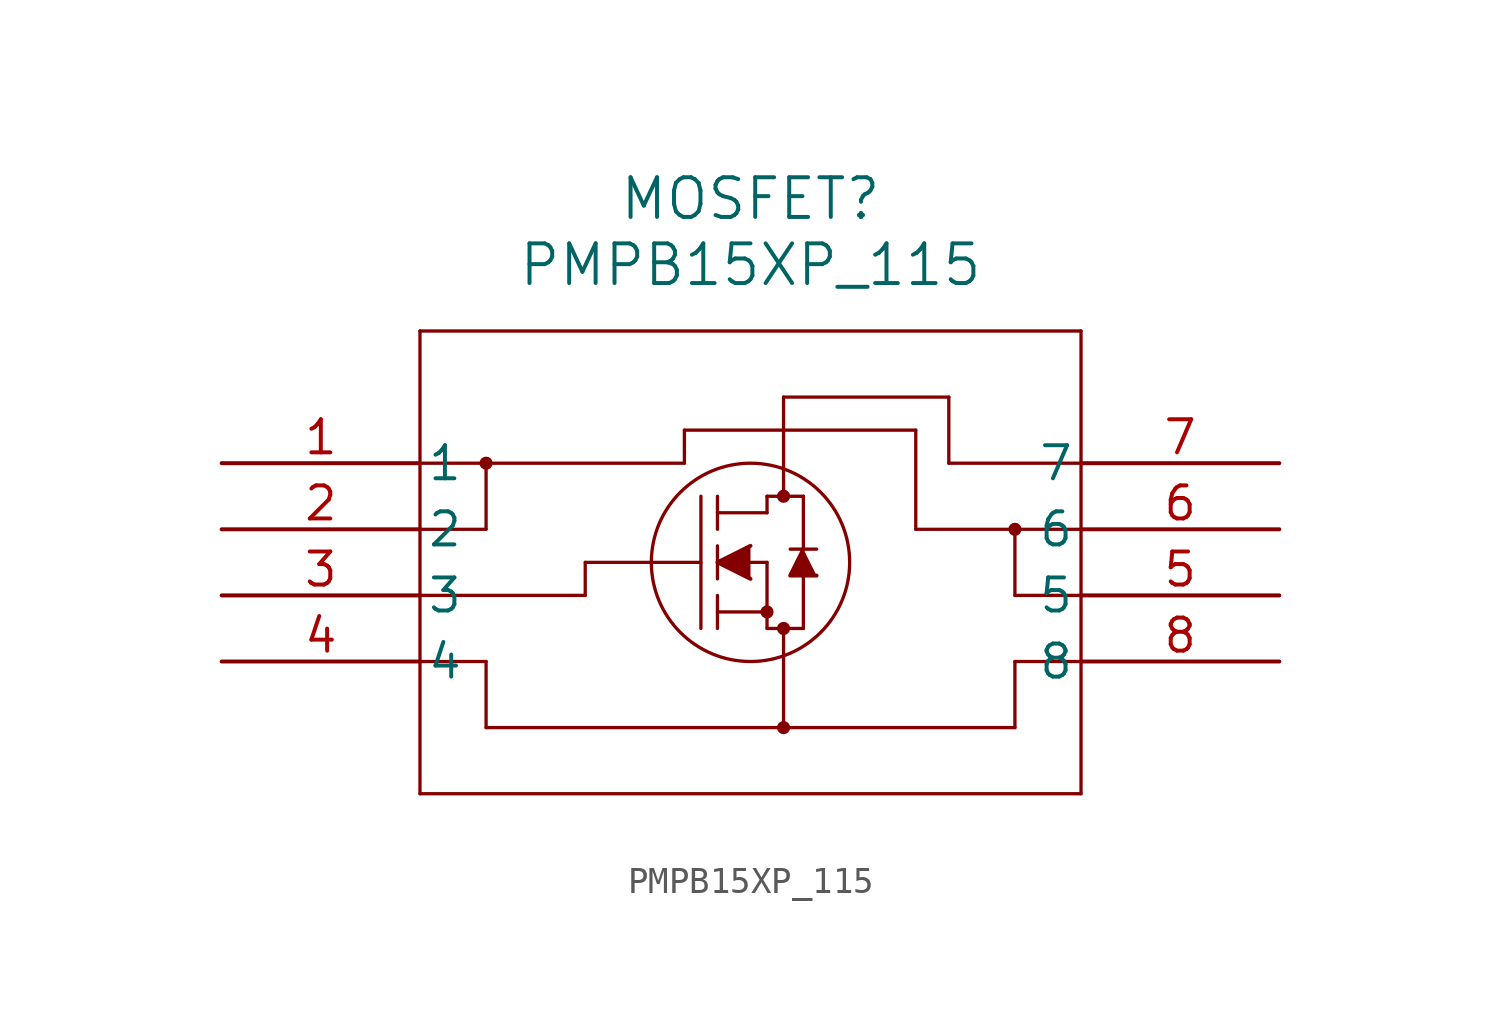
<source format=kicad_sym>
(kicad_symbol_lib
  (version 20220914)
  (generator kicad_symbol_editor)
  (symbol "PMPB15XP_115"
    (pin_names
      (offset 0.254))
    (property "Reference" "MOSFET"
      (at 20.32 10.16 0)
      (effects (font (size 1.524 1.524))))
    (property "Value" "PMPB15XP_115"
      (at 20.32 7.62 0)
      (effects (font (size 1.524 1.524))))
    (property "ki_locked" ""
      (at 0 0 0)
      (effects (font (size 1.27 1.27))))
    (symbol "PMPB15XP_115_0_1"
      (polyline (pts (xy 7.62 -12.7) (xy 33.02 -12.7)) (stroke (width 0.127) (type default)) (fill (type none)))
      (polyline (pts (xy 7.62 -7.62) (xy 10.16 -7.62)) (stroke (width 0.127) (type default)) (fill (type none)))
      (polyline (pts (xy 7.62 -5.08) (xy 13.97 -5.08)) (stroke (width 0.127) (type default)) (fill (type none)))
      (polyline (pts (xy 7.62 -2.54) (xy 10.16 -2.54)) (stroke (width 0.127) (type default)) (fill (type none)))
      (polyline (pts (xy 7.62 0) (xy 17.78 0)) (stroke (width 0.127) (type default)) (fill (type none)))
      (polyline (pts (xy 7.62 5.08) (xy 7.62 -12.7)) (stroke (width 0.127) (type default)) (fill (type none)))
      (polyline (pts (xy 10.16 -10.16) (xy 30.48 -10.16)) (stroke (width 0.127) (type default)) (fill (type none)))
      (polyline (pts (xy 10.16 -7.62) (xy 10.16 -10.16)) (stroke (width 0.127) (type default)) (fill (type none)))
      (polyline (pts (xy 10.16 0) (xy 10.16 -2.54)) (stroke (width 0.127) (type default)) (fill (type none)))
      (polyline (pts (xy 13.97 -5.08) (xy 13.97 -3.81)) (stroke (width 0.127) (type default)) (fill (type none)))
      (polyline (pts (xy 13.97 -3.81) (xy 18.415 -3.81)) (stroke (width 0.127) (type default)) (fill (type none)))
      (polyline (pts (xy 17.78 1.27) (xy 17.78 0)) (stroke (width 0.127) (type default)) (fill (type none)))
      (polyline (pts (xy 17.78 1.27) (xy 26.67 1.27)) (stroke (width 0.127) (type default)) (fill (type none)))
      (polyline (pts (xy 18.415 -6.35) (xy 18.415 -1.27)) (stroke (width 0.127) (type default)) (fill (type none)))
      (polyline (pts (xy 19.05 -6.35) (xy 19.05 -5.08)) (stroke (width 0.127) (type default)) (fill (type none)))
      (polyline (pts (xy 19.05 -5.715) (xy 20.955 -5.715)) (stroke (width 0.127) (type default)) (fill (type none)))
      (polyline (pts (xy 19.05 -4.445) (xy 19.05 -3.175)) (stroke (width 0.127) (type default)) (fill (type none)))
      (polyline (pts (xy 19.05 -2.54) (xy 19.05 -1.27)) (stroke (width 0.127) (type default)) (fill (type none)))
      (polyline (pts (xy 19.05 -1.905) (xy 20.955 -1.905)) (stroke (width 0.127) (type default)) (fill (type none)))
      (polyline (pts (xy 20.32 -3.81) (xy 20.955 -3.81)) (stroke (width 0.127) (type default)) (fill (type none)))
      (polyline (pts (xy 20.955 -6.35) (xy 20.955 -3.81)) (stroke (width 0.127) (type default)) (fill (type none)))
      (polyline (pts (xy 20.955 -6.35) (xy 22.352 -6.35)) (stroke (width 0.127) (type default)) (fill (type none)))
      (polyline (pts (xy 20.955 -1.905) (xy 20.955 -1.27)) (stroke (width 0.127) (type default)) (fill (type none)))
      (polyline (pts (xy 20.955 -1.27) (xy 22.352 -1.27)) (stroke (width 0.127) (type default)) (fill (type none)))
      (polyline (pts (xy 21.59 -10.16) (xy 21.59 -6.35)) (stroke (width 0.127) (type default)) (fill (type none)))
      (polyline (pts (xy 21.59 2.54) (xy 21.59 -1.27)) (stroke (width 0.127) (type default)) (fill (type none)))
      (polyline (pts (xy 22.352 -6.35) (xy 22.352 -4.318)) (stroke (width 0.127) (type default)) (fill (type none)))
      (polyline (pts (xy 22.352 -3.302) (xy 22.352 -1.27)) (stroke (width 0.127) (type default)) (fill (type none)))
      (polyline (pts (xy 22.86 -3.302) (xy 21.844 -3.302)) (stroke (width 0.127) (type default)) (fill (type none)))
      (polyline (pts (xy 26.67 -2.54) (xy 30.48 -2.54)) (stroke (width 0.127) (type default)) (fill (type none)))
      (polyline (pts (xy 26.67 1.27) (xy 26.67 -2.54)) (stroke (width 0.127) (type default)) (fill (type none)))
      (polyline (pts (xy 27.94 0) (xy 27.94 2.54)) (stroke (width 0.127) (type default)) (fill (type none)))
      (polyline (pts (xy 27.94 2.54) (xy 21.59 2.54)) (stroke (width 0.127) (type default)) (fill (type none)))
      (polyline (pts (xy 30.48 -7.62) (xy 30.48 -10.16)) (stroke (width 0.127) (type default)) (fill (type none)))
      (polyline (pts (xy 30.48 -5.08) (xy 30.48 -2.54)) (stroke (width 0.127) (type default)) (fill (type none)))
      (polyline (pts (xy 33.02 -12.7) (xy 33.02 5.08)) (stroke (width 0.127) (type default)) (fill (type none)))
      (polyline (pts (xy 33.02 -7.62) (xy 30.48 -7.62)) (stroke (width 0.127) (type default)) (fill (type none)))
      (polyline (pts (xy 33.02 -5.08) (xy 30.48 -5.08)) (stroke (width 0.127) (type default)) (fill (type none)))
      (polyline (pts (xy 33.02 -2.54) (xy 30.48 -2.54)) (stroke (width 0.127) (type default)) (fill (type none)))
      (polyline (pts (xy 33.02 0) (xy 27.94 0)) (stroke (width 0.127) (type default)) (fill (type none)))
      (polyline (pts (xy 33.02 5.08) (xy 7.62 5.08)) (stroke (width 0.127) (type default)) (fill (type none)))
      (polyline (pts (xy 20.32 -3.175) (xy 19.05 -3.81) (xy 20.32 -4.445)) (stroke (width 0) (type default)) (fill (type outline)))
      (polyline (pts (xy 22.86 -4.318) (xy 21.844 -4.318) (xy 22.352 -3.302)) (stroke (width 0) (type default)) (fill (type outline)))
      (circle (center 10.16 0) (radius 0.127) (stroke (width 0.254) (type default)) (fill (type none)))
      (circle (center 20.32 -3.81) (radius 3.81) (stroke (width 0.127) (type default)) (fill (type none)))
      (circle (center 20.955 -5.715) (radius 0.127) (stroke (width 0.254) (type default)) (fill (type none)))
      (circle (center 21.59 -10.16) (radius 0.127) (stroke (width 0.254) (type default)) (fill (type none)))
      (circle (center 21.59 -6.35) (radius 0.127) (stroke (width 0.254) (type default)) (fill (type none)))
      (circle (center 21.59 -1.27) (radius 0.127) (stroke (width 0.254) (type default)) (fill (type none)))
      (circle (center 30.48 -2.54) (radius 0.127) (stroke (width 0.254) (type default)) (fill (type none)))
      (pin unspecified line (at 0 0 0) (length 7.62) (name "1" (effects (font (size 1.27 1.27)))) (number "1" (effects (font (size 1.27 1.27)))))
      (pin unspecified line (at 0 -2.54 0) (length 7.62) (name "2" (effects (font (size 1.27 1.27)))) (number "2" (effects (font (size 1.27 1.27)))))
      (pin unspecified line (at 0 -5.08 0) (length 7.62) (name "3" (effects (font (size 1.27 1.27)))) (number "3" (effects (font (size 1.27 1.27)))))
      (pin unspecified line (at 0 -7.62 0) (length 7.62) (name "4" (effects (font (size 1.27 1.27)))) (number "4" (effects (font (size 1.27 1.27)))))
      (pin unspecified line (at 40.64 -5.08 180) (length 7.62) (name "5" (effects (font (size 1.27 1.27)))) (number "5" (effects (font (size 1.27 1.27)))))
      (pin unspecified line (at 40.64 -2.54 180) (length 7.62) (name "6" (effects (font (size 1.27 1.27)))) (number "6" (effects (font (size 1.27 1.27)))))
      (pin unspecified line (at 40.64 0 180) (length 7.62) (name "7" (effects (font (size 1.27 1.27)))) (number "7" (effects (font (size 1.27 1.27)))))
      (pin unspecified line (at 40.64 -7.62 180) (length 7.62) (name "8" (effects (font (size 1.27 1.27)))) (number "8" (effects (font (size 1.27 1.27))))))))
</source>
